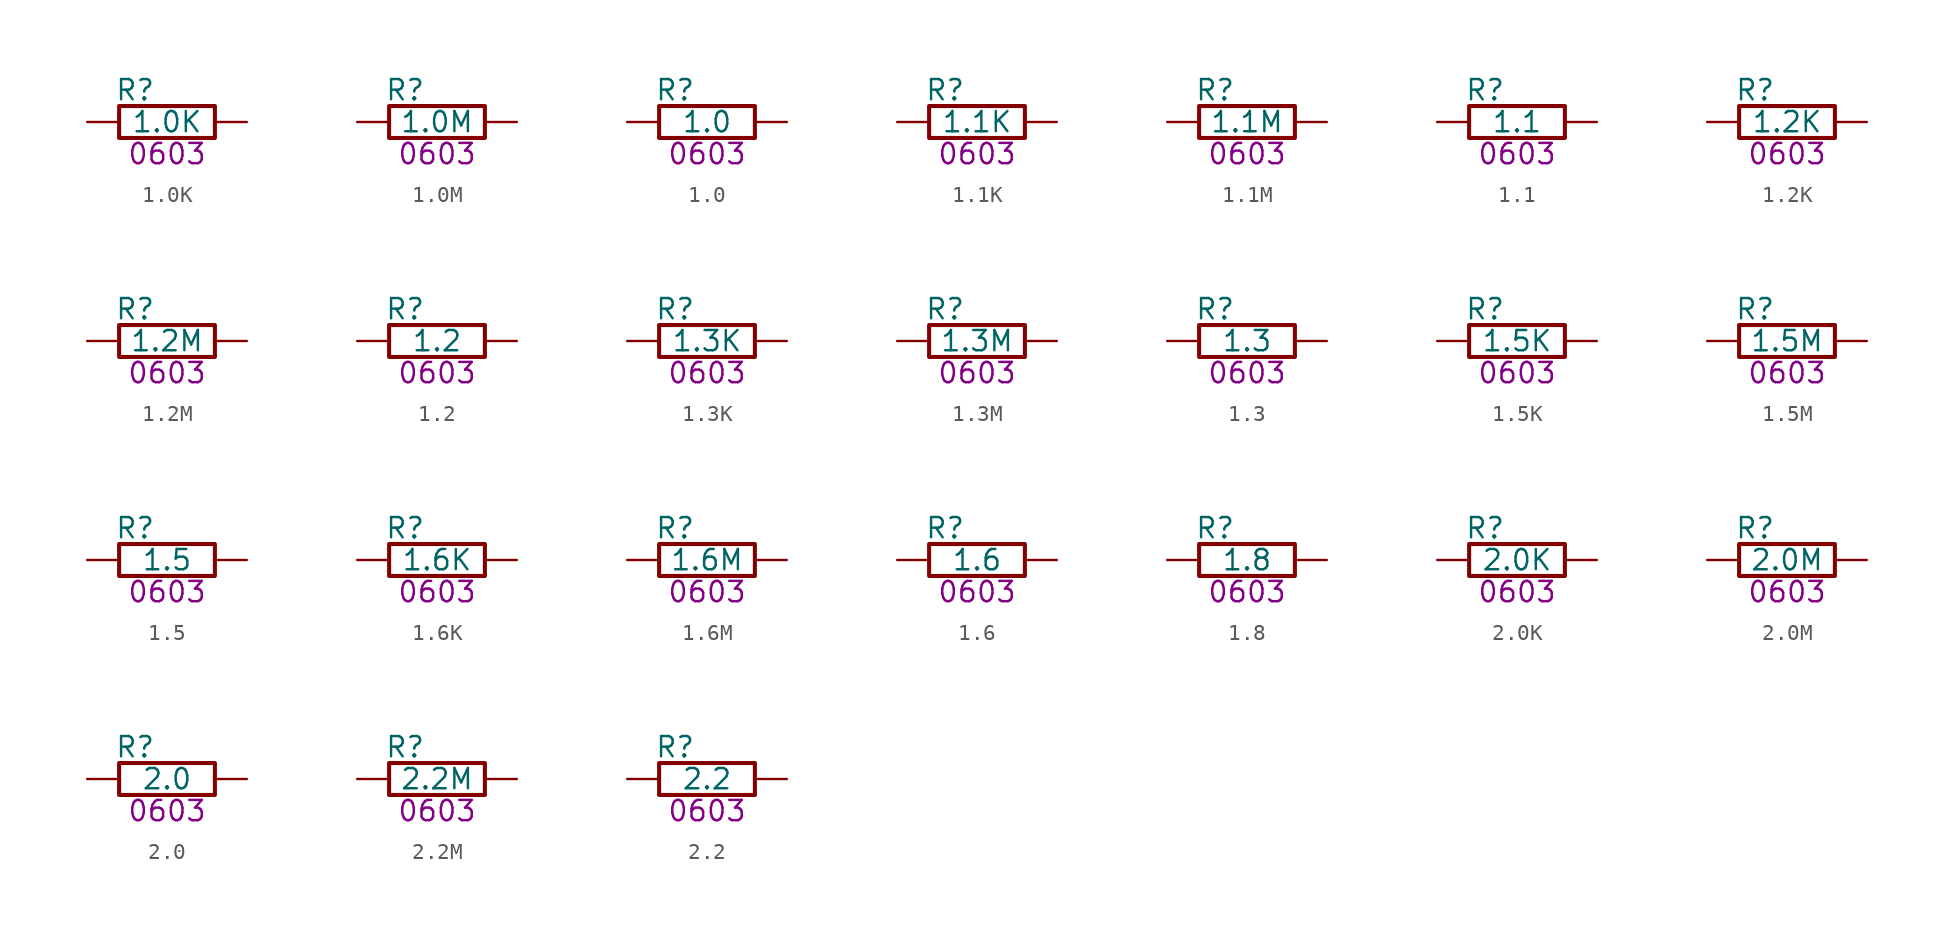
<source format=kicad_sym>
(kicad_symbol_lib
  (version 20211014)
  (generator kicad_symbol_editor)
  (symbol "1.0K"
    (pin_numbers hide)
    (pin_names hide)
    (property "Reference" "R"
      (at -2 1 0)
      (effects (font (size 1.27 1.27))))
    (property "Value" "1.0K"
      (at 0 -1 0)
      (effects (font (size 1.27 1.27))))
    (property "Size" "0603"
      (at 0 -3 0)
      (effects (font (size 1.27 1.27))))
    (symbol "1.0K_0_1"
      (rectangle (start -3 0) (end 3 -2) (stroke (width 0.254) (type default) (color 0 0 0 0)) (fill (type none))))
    (symbol "1.0K_1_1"
      (pin passive line (at -5 -1 0) (length 2) (name "~" (effects (font (size 1.27 1.27)))) (number "1" (effects (font (size 1.27 1.27)))))
      (pin passive line (at 5 -1 180) (length 2) (name "~" (effects (font (size 1.27 1.27)))) (number "2" (effects (font (size 1.27 1.27)))))))
  (symbol "1.0M"
    (pin_numbers hide)
    (pin_names hide)
    (property "Reference" "R"
      (at -2 1 0)
      (effects (font (size 1.27 1.27))))
    (property "Value" "1.0M"
      (at 0 -1 0)
      (effects (font (size 1.27 1.27))))
    (property "Size" "0603"
      (at 0 -3 0)
      (effects (font (size 1.27 1.27))))
    (symbol "1.0M_0_1"
      (rectangle (start -3 0) (end 3 -2) (stroke (width 0.254) (type default) (color 0 0 0 0)) (fill (type none))))
    (symbol "1.0M_1_1"
      (pin passive line (at -5 -1 0) (length 2) (name "~" (effects (font (size 1.27 1.27)))) (number "1" (effects (font (size 1.27 1.27)))))
      (pin passive line (at 5 -1 180) (length 2) (name "~" (effects (font (size 1.27 1.27)))) (number "2" (effects (font (size 1.27 1.27)))))))
  (symbol "1.0"
    (pin_numbers hide)
    (pin_names hide)
    (property "Reference" "R"
      (at -2 1 0)
      (effects (font (size 1.27 1.27))))
    (property "Value" "1.0"
      (at 0 -1 0)
      (effects (font (size 1.27 1.27))))
    (property "Size" "0603"
      (at 0 -3 0)
      (effects (font (size 1.27 1.27))))
    (symbol "1.0_0_1"
      (rectangle (start -3 0) (end 3 -2) (stroke (width 0.254) (type default) (color 0 0 0 0)) (fill (type none))))
    (symbol "1.0_1_1"
      (pin passive line (at -5 -1 0) (length 2) (name "~" (effects (font (size 1.27 1.27)))) (number "1" (effects (font (size 1.27 1.27)))))
      (pin passive line (at 5 -1 180) (length 2) (name "~" (effects (font (size 1.27 1.27)))) (number "2" (effects (font (size 1.27 1.27)))))))
  (symbol "1.1K"
    (pin_numbers hide)
    (pin_names hide)
    (property "Reference" "R"
      (at -2 1 0)
      (effects (font (size 1.27 1.27))))
    (property "Value" "1.1K"
      (at 0 -1 0)
      (effects (font (size 1.27 1.27))))
    (property "Size" "0603"
      (at 0 -3 0)
      (effects (font (size 1.27 1.27))))
    (symbol "1.1K_0_1"
      (rectangle (start -3 0) (end 3 -2) (stroke (width 0.254) (type default) (color 0 0 0 0)) (fill (type none))))
    (symbol "1.1K_1_1"
      (pin passive line (at -5 -1 0) (length 2) (name "~" (effects (font (size 1.27 1.27)))) (number "1" (effects (font (size 1.27 1.27)))))
      (pin passive line (at 5 -1 180) (length 2) (name "~" (effects (font (size 1.27 1.27)))) (number "2" (effects (font (size 1.27 1.27)))))))
  (symbol "1.1M"
    (pin_numbers hide)
    (pin_names hide)
    (property "Reference" "R"
      (at -2 1 0)
      (effects (font (size 1.27 1.27))))
    (property "Value" "1.1M"
      (at 0 -1 0)
      (effects (font (size 1.27 1.27))))
    (property "Size" "0603"
      (at 0 -3 0)
      (effects (font (size 1.27 1.27))))
    (symbol "1.1M_0_1"
      (rectangle (start -3 0) (end 3 -2) (stroke (width 0.254) (type default) (color 0 0 0 0)) (fill (type none))))
    (symbol "1.1M_1_1"
      (pin passive line (at -5 -1 0) (length 2) (name "~" (effects (font (size 1.27 1.27)))) (number "1" (effects (font (size 1.27 1.27)))))
      (pin passive line (at 5 -1 180) (length 2) (name "~" (effects (font (size 1.27 1.27)))) (number "2" (effects (font (size 1.27 1.27)))))))
  (symbol "1.1"
    (pin_numbers hide)
    (pin_names hide)
    (property "Reference" "R"
      (at -2 1 0)
      (effects (font (size 1.27 1.27))))
    (property "Value" "1.1"
      (at 0 -1 0)
      (effects (font (size 1.27 1.27))))
    (property "Size" "0603"
      (at 0 -3 0)
      (effects (font (size 1.27 1.27))))
    (symbol "1.1_0_1"
      (rectangle (start -3 0) (end 3 -2) (stroke (width 0.254) (type default) (color 0 0 0 0)) (fill (type none))))
    (symbol "1.1_1_1"
      (pin passive line (at -5 -1 0) (length 2) (name "~" (effects (font (size 1.27 1.27)))) (number "1" (effects (font (size 1.27 1.27)))))
      (pin passive line (at 5 -1 180) (length 2) (name "~" (effects (font (size 1.27 1.27)))) (number "2" (effects (font (size 1.27 1.27)))))))
  (symbol "1.2K"
    (pin_numbers hide)
    (pin_names hide)
    (property "Reference" "R"
      (at -2 1 0)
      (effects (font (size 1.27 1.27))))
    (property "Value" "1.2K"
      (at 0 -1 0)
      (effects (font (size 1.27 1.27))))
    (property "Size" "0603"
      (at 0 -3 0)
      (effects (font (size 1.27 1.27))))
    (symbol "1.2K_0_1"
      (rectangle (start -3 0) (end 3 -2) (stroke (width 0.254) (type default) (color 0 0 0 0)) (fill (type none))))
    (symbol "1.2K_1_1"
      (pin passive line (at -5 -1 0) (length 2) (name "~" (effects (font (size 1.27 1.27)))) (number "1" (effects (font (size 1.27 1.27)))))
      (pin passive line (at 5 -1 180) (length 2) (name "~" (effects (font (size 1.27 1.27)))) (number "2" (effects (font (size 1.27 1.27)))))))
  (symbol "1.2M"
    (pin_numbers hide)
    (pin_names hide)
    (property "Reference" "R"
      (at -2 1 0)
      (effects (font (size 1.27 1.27))))
    (property "Value" "1.2M"
      (at 0 -1 0)
      (effects (font (size 1.27 1.27))))
    (property "Size" "0603"
      (at 0 -3 0)
      (effects (font (size 1.27 1.27))))
    (symbol "1.2M_0_1"
      (rectangle (start -3 0) (end 3 -2) (stroke (width 0.254) (type default) (color 0 0 0 0)) (fill (type none))))
    (symbol "1.2M_1_1"
      (pin passive line (at -5 -1 0) (length 2) (name "~" (effects (font (size 1.27 1.27)))) (number "1" (effects (font (size 1.27 1.27)))))
      (pin passive line (at 5 -1 180) (length 2) (name "~" (effects (font (size 1.27 1.27)))) (number "2" (effects (font (size 1.27 1.27)))))))
  (symbol "1.2"
    (pin_numbers hide)
    (pin_names hide)
    (property "Reference" "R"
      (at -2 1 0)
      (effects (font (size 1.27 1.27))))
    (property "Value" "1.2"
      (at 0 -1 0)
      (effects (font (size 1.27 1.27))))
    (property "Size" "0603"
      (at 0 -3 0)
      (effects (font (size 1.27 1.27))))
    (symbol "1.2_0_1"
      (rectangle (start -3 0) (end 3 -2) (stroke (width 0.254) (type default) (color 0 0 0 0)) (fill (type none))))
    (symbol "1.2_1_1"
      (pin passive line (at -5 -1 0) (length 2) (name "~" (effects (font (size 1.27 1.27)))) (number "1" (effects (font (size 1.27 1.27)))))
      (pin passive line (at 5 -1 180) (length 2) (name "~" (effects (font (size 1.27 1.27)))) (number "2" (effects (font (size 1.27 1.27)))))))
  (symbol "1.3K"
    (pin_numbers hide)
    (pin_names hide)
    (property "Reference" "R"
      (at -2 1 0)
      (effects (font (size 1.27 1.27))))
    (property "Value" "1.3K"
      (at 0 -1 0)
      (effects (font (size 1.27 1.27))))
    (property "Size" "0603"
      (at 0 -3 0)
      (effects (font (size 1.27 1.27))))
    (symbol "1.3K_0_1"
      (rectangle (start -3 0) (end 3 -2) (stroke (width 0.254) (type default) (color 0 0 0 0)) (fill (type none))))
    (symbol "1.3K_1_1"
      (pin passive line (at -5 -1 0) (length 2) (name "~" (effects (font (size 1.27 1.27)))) (number "1" (effects (font (size 1.27 1.27)))))
      (pin passive line (at 5 -1 180) (length 2) (name "~" (effects (font (size 1.27 1.27)))) (number "2" (effects (font (size 1.27 1.27)))))))
  (symbol "1.3M"
    (pin_numbers hide)
    (pin_names hide)
    (property "Reference" "R"
      (at -2 1 0)
      (effects (font (size 1.27 1.27))))
    (property "Value" "1.3M"
      (at 0 -1 0)
      (effects (font (size 1.27 1.27))))
    (property "Size" "0603"
      (at 0 -3 0)
      (effects (font (size 1.27 1.27))))
    (symbol "1.3M_0_1"
      (rectangle (start -3 0) (end 3 -2) (stroke (width 0.254) (type default) (color 0 0 0 0)) (fill (type none))))
    (symbol "1.3M_1_1"
      (pin passive line (at -5 -1 0) (length 2) (name "~" (effects (font (size 1.27 1.27)))) (number "1" (effects (font (size 1.27 1.27)))))
      (pin passive line (at 5 -1 180) (length 2) (name "~" (effects (font (size 1.27 1.27)))) (number "2" (effects (font (size 1.27 1.27)))))))
  (symbol "1.3"
    (pin_numbers hide)
    (pin_names hide)
    (property "Reference" "R"
      (at -2 1 0)
      (effects (font (size 1.27 1.27))))
    (property "Value" "1.3"
      (at 0 -1 0)
      (effects (font (size 1.27 1.27))))
    (property "Size" "0603"
      (at 0 -3 0)
      (effects (font (size 1.27 1.27))))
    (symbol "1.3_0_1"
      (rectangle (start -3 0) (end 3 -2) (stroke (width 0.254) (type default) (color 0 0 0 0)) (fill (type none))))
    (symbol "1.3_1_1"
      (pin passive line (at -5 -1 0) (length 2) (name "~" (effects (font (size 1.27 1.27)))) (number "1" (effects (font (size 1.27 1.27)))))
      (pin passive line (at 5 -1 180) (length 2) (name "~" (effects (font (size 1.27 1.27)))) (number "2" (effects (font (size 1.27 1.27)))))))
  (symbol "1.5K"
    (pin_numbers hide)
    (pin_names hide)
    (property "Reference" "R"
      (at -2 1 0)
      (effects (font (size 1.27 1.27))))
    (property "Value" "1.5K"
      (at 0 -1 0)
      (effects (font (size 1.27 1.27))))
    (property "Size" "0603"
      (at 0 -3 0)
      (effects (font (size 1.27 1.27))))
    (symbol "1.5K_0_1"
      (rectangle (start -3 0) (end 3 -2) (stroke (width 0.254) (type default) (color 0 0 0 0)) (fill (type none))))
    (symbol "1.5K_1_1"
      (pin passive line (at -5 -1 0) (length 2) (name "~" (effects (font (size 1.27 1.27)))) (number "1" (effects (font (size 1.27 1.27)))))
      (pin passive line (at 5 -1 180) (length 2) (name "~" (effects (font (size 1.27 1.27)))) (number "2" (effects (font (size 1.27 1.27)))))))
  (symbol "1.5M"
    (pin_numbers hide)
    (pin_names hide)
    (property "Reference" "R"
      (at -2 1 0)
      (effects (font (size 1.27 1.27))))
    (property "Value" "1.5M"
      (at 0 -1 0)
      (effects (font (size 1.27 1.27))))
    (property "Size" "0603"
      (at 0 -3 0)
      (effects (font (size 1.27 1.27))))
    (symbol "1.5M_0_1"
      (rectangle (start -3 0) (end 3 -2) (stroke (width 0.254) (type default) (color 0 0 0 0)) (fill (type none))))
    (symbol "1.5M_1_1"
      (pin passive line (at -5 -1 0) (length 2) (name "~" (effects (font (size 1.27 1.27)))) (number "1" (effects (font (size 1.27 1.27)))))
      (pin passive line (at 5 -1 180) (length 2) (name "~" (effects (font (size 1.27 1.27)))) (number "2" (effects (font (size 1.27 1.27)))))))
  (symbol "1.5"
    (pin_numbers hide)
    (pin_names hide)
    (property "Reference" "R"
      (at -2 1 0)
      (effects (font (size 1.27 1.27))))
    (property "Value" "1.5"
      (at 0 -1 0)
      (effects (font (size 1.27 1.27))))
    (property "Size" "0603"
      (at 0 -3 0)
      (effects (font (size 1.27 1.27))))
    (symbol "1.5_0_1"
      (rectangle (start -3 0) (end 3 -2) (stroke (width 0.254) (type default) (color 0 0 0 0)) (fill (type none))))
    (symbol "1.5_1_1"
      (pin passive line (at -5 -1 0) (length 2) (name "~" (effects (font (size 1.27 1.27)))) (number "1" (effects (font (size 1.27 1.27)))))
      (pin passive line (at 5 -1 180) (length 2) (name "~" (effects (font (size 1.27 1.27)))) (number "2" (effects (font (size 1.27 1.27)))))))
  (symbol "1.6K"
    (pin_numbers hide)
    (pin_names hide)
    (property "Reference" "R"
      (at -2 1 0)
      (effects (font (size 1.27 1.27))))
    (property "Value" "1.6K"
      (at 0 -1 0)
      (effects (font (size 1.27 1.27))))
    (property "Size" "0603"
      (at 0 -3 0)
      (effects (font (size 1.27 1.27))))
    (symbol "1.6K_0_1"
      (rectangle (start -3 0) (end 3 -2) (stroke (width 0.254) (type default) (color 0 0 0 0)) (fill (type none))))
    (symbol "1.6K_1_1"
      (pin passive line (at -5 -1 0) (length 2) (name "~" (effects (font (size 1.27 1.27)))) (number "1" (effects (font (size 1.27 1.27)))))
      (pin passive line (at 5 -1 180) (length 2) (name "~" (effects (font (size 1.27 1.27)))) (number "2" (effects (font (size 1.27 1.27)))))))
  (symbol "1.6M"
    (pin_numbers hide)
    (pin_names hide)
    (property "Reference" "R"
      (at -2 1 0)
      (effects (font (size 1.27 1.27))))
    (property "Value" "1.6M"
      (at 0 -1 0)
      (effects (font (size 1.27 1.27))))
    (property "Size" "0603"
      (at 0 -3 0)
      (effects (font (size 1.27 1.27))))
    (symbol "1.6M_0_1"
      (rectangle (start -3 0) (end 3 -2) (stroke (width 0.254) (type default) (color 0 0 0 0)) (fill (type none))))
    (symbol "1.6M_1_1"
      (pin passive line (at -5 -1 0) (length 2) (name "~" (effects (font (size 1.27 1.27)))) (number "1" (effects (font (size 1.27 1.27)))))
      (pin passive line (at 5 -1 180) (length 2) (name "~" (effects (font (size 1.27 1.27)))) (number "2" (effects (font (size 1.27 1.27)))))))
  (symbol "1.6"
    (pin_numbers hide)
    (pin_names hide)
    (property "Reference" "R"
      (at -2 1 0)
      (effects (font (size 1.27 1.27))))
    (property "Value" "1.6"
      (at 0 -1 0)
      (effects (font (size 1.27 1.27))))
    (property "Size" "0603"
      (at 0 -3 0)
      (effects (font (size 1.27 1.27))))
    (symbol "1.6_0_1"
      (rectangle (start -3 0) (end 3 -2) (stroke (width 0.254) (type default) (color 0 0 0 0)) (fill (type none))))
    (symbol "1.6_1_1"
      (pin passive line (at -5 -1 0) (length 2) (name "~" (effects (font (size 1.27 1.27)))) (number "1" (effects (font (size 1.27 1.27)))))
      (pin passive line (at 5 -1 180) (length 2) (name "~" (effects (font (size 1.27 1.27)))) (number "2" (effects (font (size 1.27 1.27)))))))
  (symbol "1.8"
    (pin_numbers hide)
    (pin_names hide)
    (property "Reference" "R"
      (at -2 1 0)
      (effects (font (size 1.27 1.27))))
    (property "Value" "1.8"
      (at 0 -1 0)
      (effects (font (size 1.27 1.27))))
    (property "Size" "0603"
      (at 0 -3 0)
      (effects (font (size 1.27 1.27))))
    (symbol "1.8_0_1"
      (rectangle (start -3 0) (end 3 -2) (stroke (width 0.254) (type default) (color 0 0 0 0)) (fill (type none))))
    (symbol "1.8_1_1"
      (pin passive line (at -5 -1 0) (length 2) (name "~" (effects (font (size 1.27 1.27)))) (number "1" (effects (font (size 1.27 1.27)))))
      (pin passive line (at 5 -1 180) (length 2) (name "~" (effects (font (size 1.27 1.27)))) (number "2" (effects (font (size 1.27 1.27)))))))
  (symbol "2.0K"
    (pin_numbers hide)
    (pin_names hide)
    (property "Reference" "R"
      (at -2 1 0)
      (effects (font (size 1.27 1.27))))
    (property "Value" "2.0K"
      (at 0 -1 0)
      (effects (font (size 1.27 1.27))))
    (property "Size" "0603"
      (at 0 -3 0)
      (effects (font (size 1.27 1.27))))
    (symbol "2.0K_0_1"
      (rectangle (start -3 0) (end 3 -2) (stroke (width 0.254) (type default) (color 0 0 0 0)) (fill (type none))))
    (symbol "2.0K_1_1"
      (pin passive line (at -5 -1 0) (length 2) (name "~" (effects (font (size 1.27 1.27)))) (number "1" (effects (font (size 1.27 1.27)))))
      (pin passive line (at 5 -1 180) (length 2) (name "~" (effects (font (size 1.27 1.27)))) (number "2" (effects (font (size 1.27 1.27)))))))
  (symbol "2.0M"
    (pin_numbers hide)
    (pin_names hide)
    (property "Reference" "R"
      (at -2 1 0)
      (effects (font (size 1.27 1.27))))
    (property "Value" "2.0M"
      (at 0 -1 0)
      (effects (font (size 1.27 1.27))))
    (property "Size" "0603"
      (at 0 -3 0)
      (effects (font (size 1.27 1.27))))
    (symbol "2.0M_0_1"
      (rectangle (start -3 0) (end 3 -2) (stroke (width 0.254) (type default) (color 0 0 0 0)) (fill (type none))))
    (symbol "2.0M_1_1"
      (pin passive line (at -5 -1 0) (length 2) (name "~" (effects (font (size 1.27 1.27)))) (number "1" (effects (font (size 1.27 1.27)))))
      (pin passive line (at 5 -1 180) (length 2) (name "~" (effects (font (size 1.27 1.27)))) (number "2" (effects (font (size 1.27 1.27)))))))
  (symbol "2.0"
    (pin_numbers hide)
    (pin_names hide)
    (property "Reference" "R"
      (at -2 1 0)
      (effects (font (size 1.27 1.27))))
    (property "Value" "2.0"
      (at 0 -1 0)
      (effects (font (size 1.27 1.27))))
    (property "Size" "0603"
      (at 0 -3 0)
      (effects (font (size 1.27 1.27))))
    (symbol "2.0_0_1"
      (rectangle (start -3 0) (end 3 -2) (stroke (width 0.254) (type default) (color 0 0 0 0)) (fill (type none))))
    (symbol "2.0_1_1"
      (pin passive line (at -5 -1 0) (length 2) (name "~" (effects (font (size 1.27 1.27)))) (number "1" (effects (font (size 1.27 1.27)))))
      (pin passive line (at 5 -1 180) (length 2) (name "~" (effects (font (size 1.27 1.27)))) (number "2" (effects (font (size 1.27 1.27)))))))
  (symbol "2.2M"
    (pin_numbers hide)
    (pin_names hide)
    (property "Reference" "R"
      (at -2 1 0)
      (effects (font (size 1.27 1.27))))
    (property "Value" "2.2M"
      (at 0 -1 0)
      (effects (font (size 1.27 1.27))))
    (property "Size" "0603"
      (at 0 -3 0)
      (effects (font (size 1.27 1.27))))
    (symbol "2.2M_0_1"
      (rectangle (start -3 0) (end 3 -2) (stroke (width 0.254) (type default) (color 0 0 0 0)) (fill (type none))))
    (symbol "2.2M_1_1"
      (pin passive line (at -5 -1 0) (length 2) (name "~" (effects (font (size 1.27 1.27)))) (number "1" (effects (font (size 1.27 1.27)))))
      (pin passive line (at 5 -1 180) (length 2) (name "~" (effects (font (size 1.27 1.27)))) (number "2" (effects (font (size 1.27 1.27)))))))
  (symbol "2.2"
    (pin_numbers hide)
    (pin_names hide)
    (property "Reference" "R"
      (at -2 1 0)
      (effects (font (size 1.27 1.27))))
    (property "Value" "2.2"
      (at 0 -1 0)
      (effects (font (size 1.27 1.27))))
    (property "Size" "0603"
      (at 0 -3 0)
      (effects (font (size 1.27 1.27))))
    (symbol "2.2_0_1"
      (rectangle (start -3 0) (end 3 -2) (stroke (width 0.254) (type default) (color 0 0 0 0)) (fill (type none))))
    (symbol "2.2_1_1"
      (pin passive line (at -5 -1 0) (length 2) (name "~" (effects (font (size 1.27 1.27)))) (number "1" (effects (font (size 1.27 1.27)))))
      (pin passive line (at 5 -1 180) (length 2) (name "~" (effects (font (size 1.27 1.27)))) (number "2" (effects (font (size 1.27 1.27))))))))
</source>
